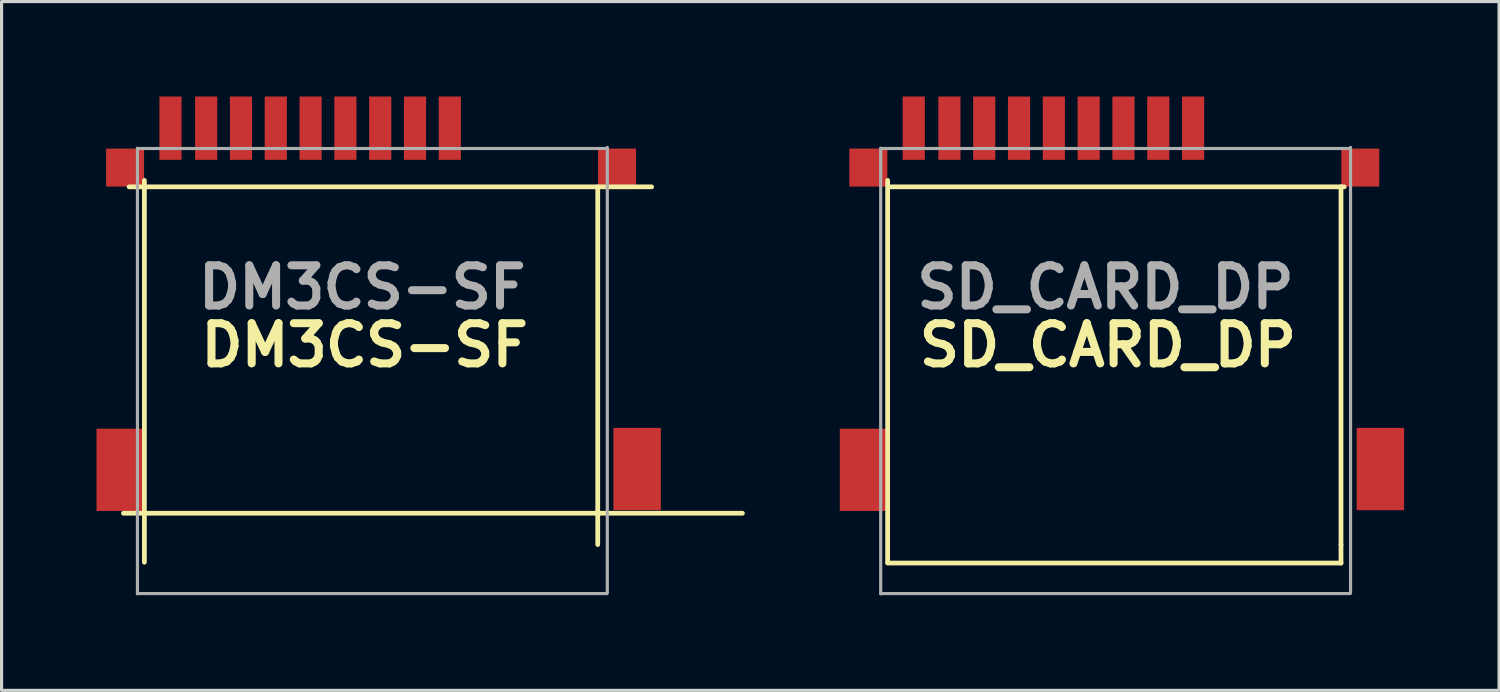
<source format=kicad_pcb>
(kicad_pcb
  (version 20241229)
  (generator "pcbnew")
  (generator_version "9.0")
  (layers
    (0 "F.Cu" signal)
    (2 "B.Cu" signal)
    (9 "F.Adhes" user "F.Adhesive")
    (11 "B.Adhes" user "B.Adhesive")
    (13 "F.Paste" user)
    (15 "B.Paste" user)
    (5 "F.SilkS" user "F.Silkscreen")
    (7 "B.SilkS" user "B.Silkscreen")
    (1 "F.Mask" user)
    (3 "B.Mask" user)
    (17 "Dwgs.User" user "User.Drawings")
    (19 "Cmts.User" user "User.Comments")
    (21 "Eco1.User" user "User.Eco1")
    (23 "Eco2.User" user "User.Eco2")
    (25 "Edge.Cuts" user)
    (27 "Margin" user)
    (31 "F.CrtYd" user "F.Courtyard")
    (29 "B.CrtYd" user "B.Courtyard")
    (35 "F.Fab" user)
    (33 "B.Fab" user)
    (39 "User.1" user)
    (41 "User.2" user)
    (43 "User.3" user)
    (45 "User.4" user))
  (footprint "DM3CS-SF"
    (layer "F.Cu")
    (at 8.827 8.62)
    (property "Reference" "DM3CS-SF" (at -0.356 -0.762 0) (layer "F.SilkS") (effects (font (size 1.27 1.27) (thickness 0.254))))
    (attr smd)
    (fp_line (start -7.976 4.547) (end 11.582 4.547) (stroke (width 0.15) (type solid)) (layer "F.SilkS"))
    (fp_line (start -7.798 -5.766) (end 8.712 -5.766) (stroke (width 0.15) (type solid)) (layer "F.SilkS"))
    (fp_line (start -7.315 -5.969) (end -7.315 6.096) (stroke (width 0.15) (type solid)) (layer "F.SilkS"))
    (fp_line (start 7.01 -5.766) (end 7.01 5.537) (stroke (width 0.15) (type solid)) (layer "F.SilkS"))
    (fp_line (start -7.534 7.085) (end 7.296 7.085) (stroke (width 0.1) (type solid)) (layer "F.Fab"))
    (fp_line (start -7.534 7.094) (end -7.534 -6.986) (stroke (width 0.1) (type solid)) (layer "F.Fab"))
    (fp_line (start 7.296 -6.978) (end -7.534 -6.978) (stroke (width 0.1) (type solid)) (layer "F.Fab"))
    (fp_line (start 7.312 -7.012) (end 7.312 7.068) (stroke (width 0.1) (type solid)) (layer "F.Fab"))
    (fp_text user "${REFERENCE}" (at -0.432 -2.591 0) (layer "F.Fab") (effects (font (size 1.27 1.27) (thickness 0.254))))
    (pad "1" smd rect (at 2.337 -7.62) (size 0.7 2) (layers "F.Cu" "F.Mask" "F.Paste"))
    (pad "2" smd rect (at 1.237 -7.62) (size 0.7 2) (layers "F.Cu" "F.Mask" "F.Paste"))
    (pad "3" smd rect (at 0.137 -7.62) (size 0.7 2) (layers "F.Cu" "F.Mask" "F.Paste"))
    (pad "4" smd rect (at -0.963 -7.62) (size 0.7 2) (layers "F.Cu" "F.Mask" "F.Paste"))
    (pad "5" smd rect (at -2.063 -7.62) (size 0.7 2) (layers "F.Cu" "F.Mask" "F.Paste"))
    (pad "6" smd rect (at -3.163 -7.62) (size 0.7 2) (layers "F.Cu" "F.Mask" "F.Paste"))
    (pad "7" smd rect (at -4.263 -7.62) (size 0.7 2) (layers "F.Cu" "F.Mask" "F.Paste"))
    (pad "8" smd rect (at -5.363 -7.62) (size 0.7 2) (layers "F.Cu" "F.Mask" "F.Paste"))
    (pad "9" smd rect (at -6.49 -7.62) (size 0.7 2) (layers "F.Cu" "F.Mask" "F.Paste"))
    (pad "10" smd rect (at 8.255 3.15) (size 1.5 2.6) (layers "F.Cu" "F.Mask" "F.Paste"))
    (pad "11" smd rect (at -7.925 -6.375 90) (size 1.2 1.2) (layers "F.Cu" "F.Mask" "F.Paste"))
    (pad "12" smd rect (at 7.62 -6.375 90) (size 1.2 1.2) (layers "F.Cu" "F.Mask" "F.Paste"))
    (pad "13" smd rect (at -8.077 3.175) (size 1.5 2.6) (layers "F.Cu" "F.Mask" "F.Paste")))
  (footprint "SD_CARD_DP"
    (layer "F.Cu")
    (at 32.312 8.62)
    (property "Reference" "SD_CARD_DP" (at -0.356 -0.762 0) (layer "F.SilkS") (effects (font (size 1.27 1.27) (thickness 0.254))))
    (attr smd)
    (fp_line (start -7.315 -5.969) (end -7.315 6.096) (stroke (width 0.15) (type solid)) (layer "F.SilkS"))
    (fp_line (start -7.315 6.121) (end 7.01 6.121) (stroke (width 0.15) (type solid)) (layer "F.SilkS"))
    (fp_line (start -7.298 -5.766) (end 7.112 -5.766) (stroke (width 0.15) (type solid)) (layer "F.SilkS"))
    (fp_line (start 7.01 -5.766) (end 7.01 5.537) (stroke (width 0.15) (type solid)) (layer "F.SilkS"))
    (fp_line (start 7.01 6.121) (end 7.01 5.537) (stroke (width 0.15) (type solid)) (layer "F.SilkS"))
    (fp_line (start -7.534 7.085) (end 7.296 7.085) (stroke (width 0.1) (type solid)) (layer "F.Fab"))
    (fp_line (start -7.534 7.094) (end -7.534 -6.986) (stroke (width 0.1) (type solid)) (layer "F.Fab"))
    (fp_line (start 7.296 -6.978) (end -7.534 -6.978) (stroke (width 0.1) (type solid)) (layer "F.Fab"))
    (fp_line (start 7.312 -7.012) (end 7.312 7.068) (stroke (width 0.1) (type solid)) (layer "F.Fab"))
    (fp_text user "${REFERENCE}" (at -0.432 -2.591 0) (layer "F.Fab") (effects (font (size 1.27 1.27) (thickness 0.254))))
    (pad "1" smd rect (at 2.337 -7.62) (size 0.7 2) (layers "F.Cu" "F.Mask" "F.Paste"))
    (pad "2" smd rect (at 1.237 -7.62) (size 0.7 2) (layers "F.Cu" "F.Mask" "F.Paste"))
    (pad "3" smd rect (at 0.137 -7.62) (size 0.7 2) (layers "F.Cu" "F.Mask" "F.Paste"))
    (pad "4" smd rect (at -0.963 -7.62) (size 0.7 2) (layers "F.Cu" "F.Mask" "F.Paste"))
    (pad "5" smd rect (at -2.063 -7.62) (size 0.7 2) (layers "F.Cu" "F.Mask" "F.Paste"))
    (pad "6" smd rect (at -3.163 -7.62) (size 0.7 2) (layers "F.Cu" "F.Mask" "F.Paste"))
    (pad "7" smd rect (at -4.263 -7.62) (size 0.7 2) (layers "F.Cu" "F.Mask" "F.Paste"))
    (pad "8" smd rect (at -5.363 -7.62) (size 0.7 2) (layers "F.Cu" "F.Mask" "F.Paste"))
    (pad "9" smd rect (at -6.49 -7.62) (size 0.7 2) (layers "F.Cu" "F.Mask" "F.Paste"))
    (pad "10" smd rect (at 8.255 3.15) (size 1.5 2.6) (layers "F.Cu" "F.Mask" "F.Paste"))
    (pad "11" smd rect (at -7.925 -6.375 90) (size 1.2 1.2) (layers "F.Cu" "F.Mask" "F.Paste"))
    (pad "12" smd rect (at 7.62 -6.375 90) (size 1.2 1.2) (layers "F.Cu" "F.Mask" "F.Paste"))
    (pad "13" smd rect (at -8.077 3.175) (size 1.5 2.6) (layers "F.Cu" "F.Mask" "F.Paste")))
  (gr_rect
    (start -3 -3)
    (end 44.317 18.764)
    (stroke (width 0.1) (type default))
    (fill no)
    (layer "Edge.Cuts")))
</source>
